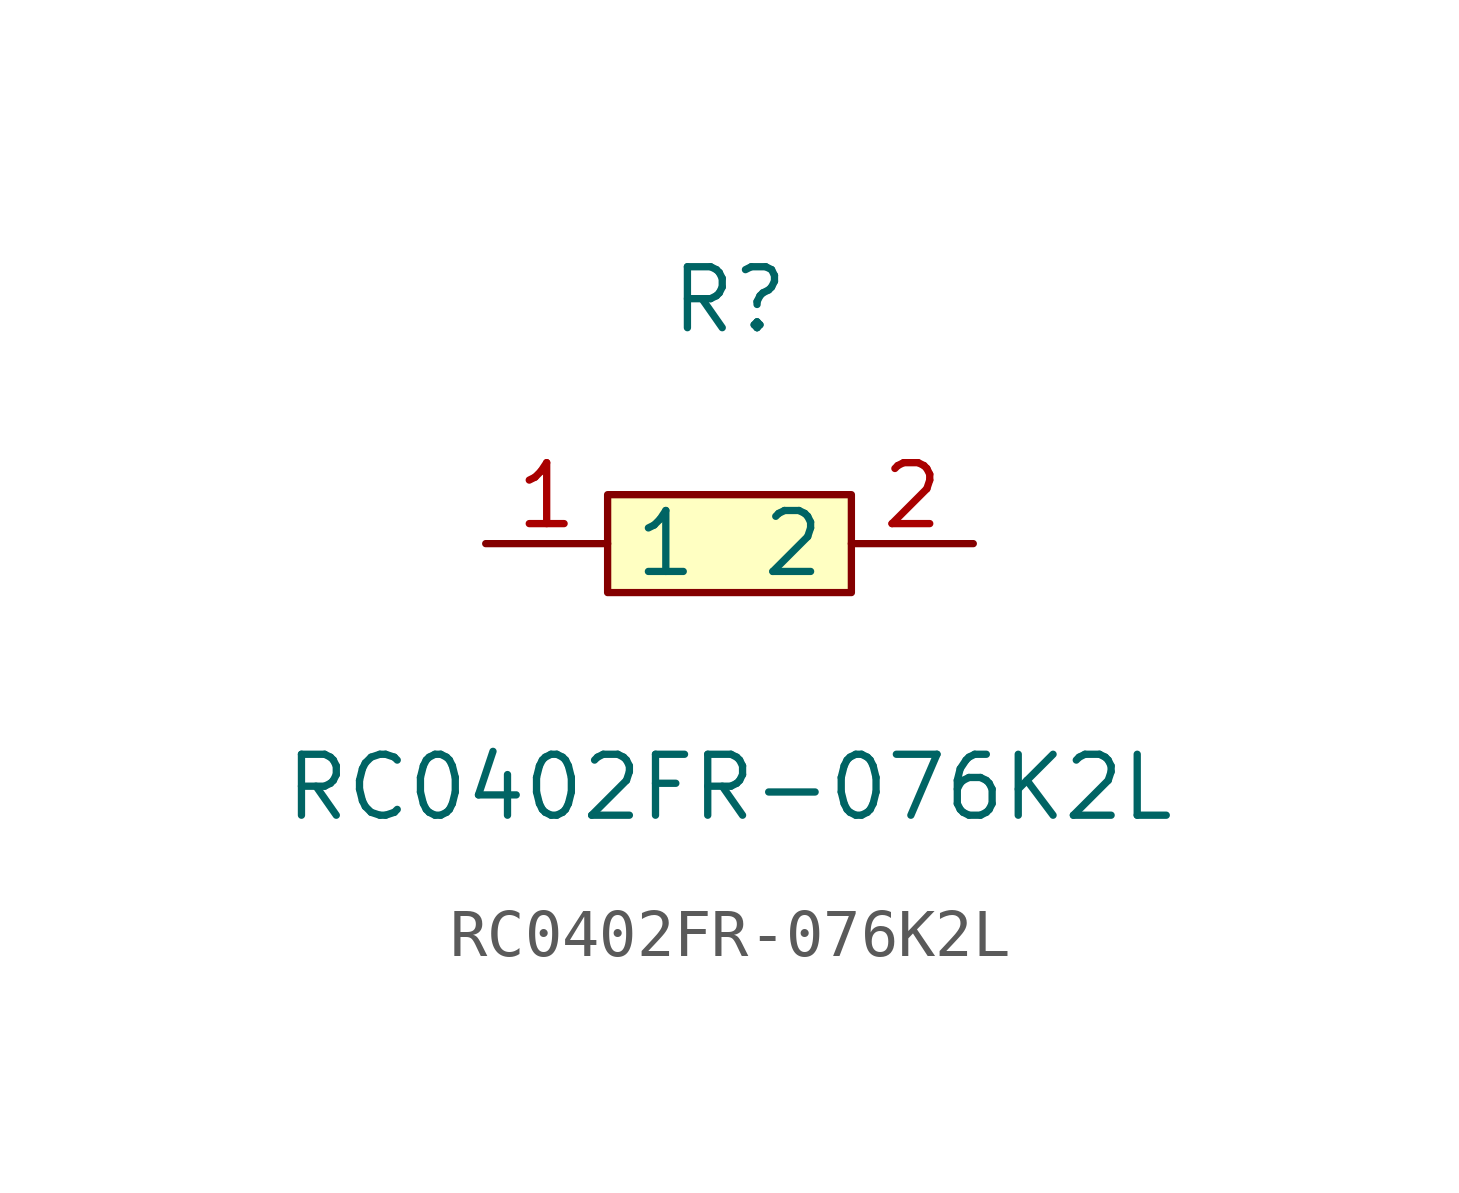
<source format=kicad_sym>
(kicad_symbol_lib
  (version 1)
  (generator "faebryk")
  (symbol "RC0402FR-076K2L"
    (property "Reference" "R"
      (at 0 5.08 0)
      (effects (font (size 1.27 1.27)) (hide no)))
    (property "Value" "RC0402FR-076K2L"
      (at 0 -5.08 0)
      (effects (font (size 1.27 1.27)) (hide no)))
    (symbol "RC0402FR-076K2L_0_1"
      (rectangle (start -2.54 1.02) (end 2.54 -1.02) (stroke (width 0) (type default) (color 0 0 0 0)) (fill (type background)))
      (pin input line (at 5.08 0 180) (length 2.54) (name "2" (effects (font (size 1.27 1.27)) (hide no))) (number "2" (effects (font (size 1.27 1.27)) (hide no))))
      (pin input line (at -5.08 0 0) (length 2.54) (name "1" (effects (font (size 1.27 1.27)) (hide no))) (number "1" (effects (font (size 1.27 1.27)) (hide no)))))))
</source>
